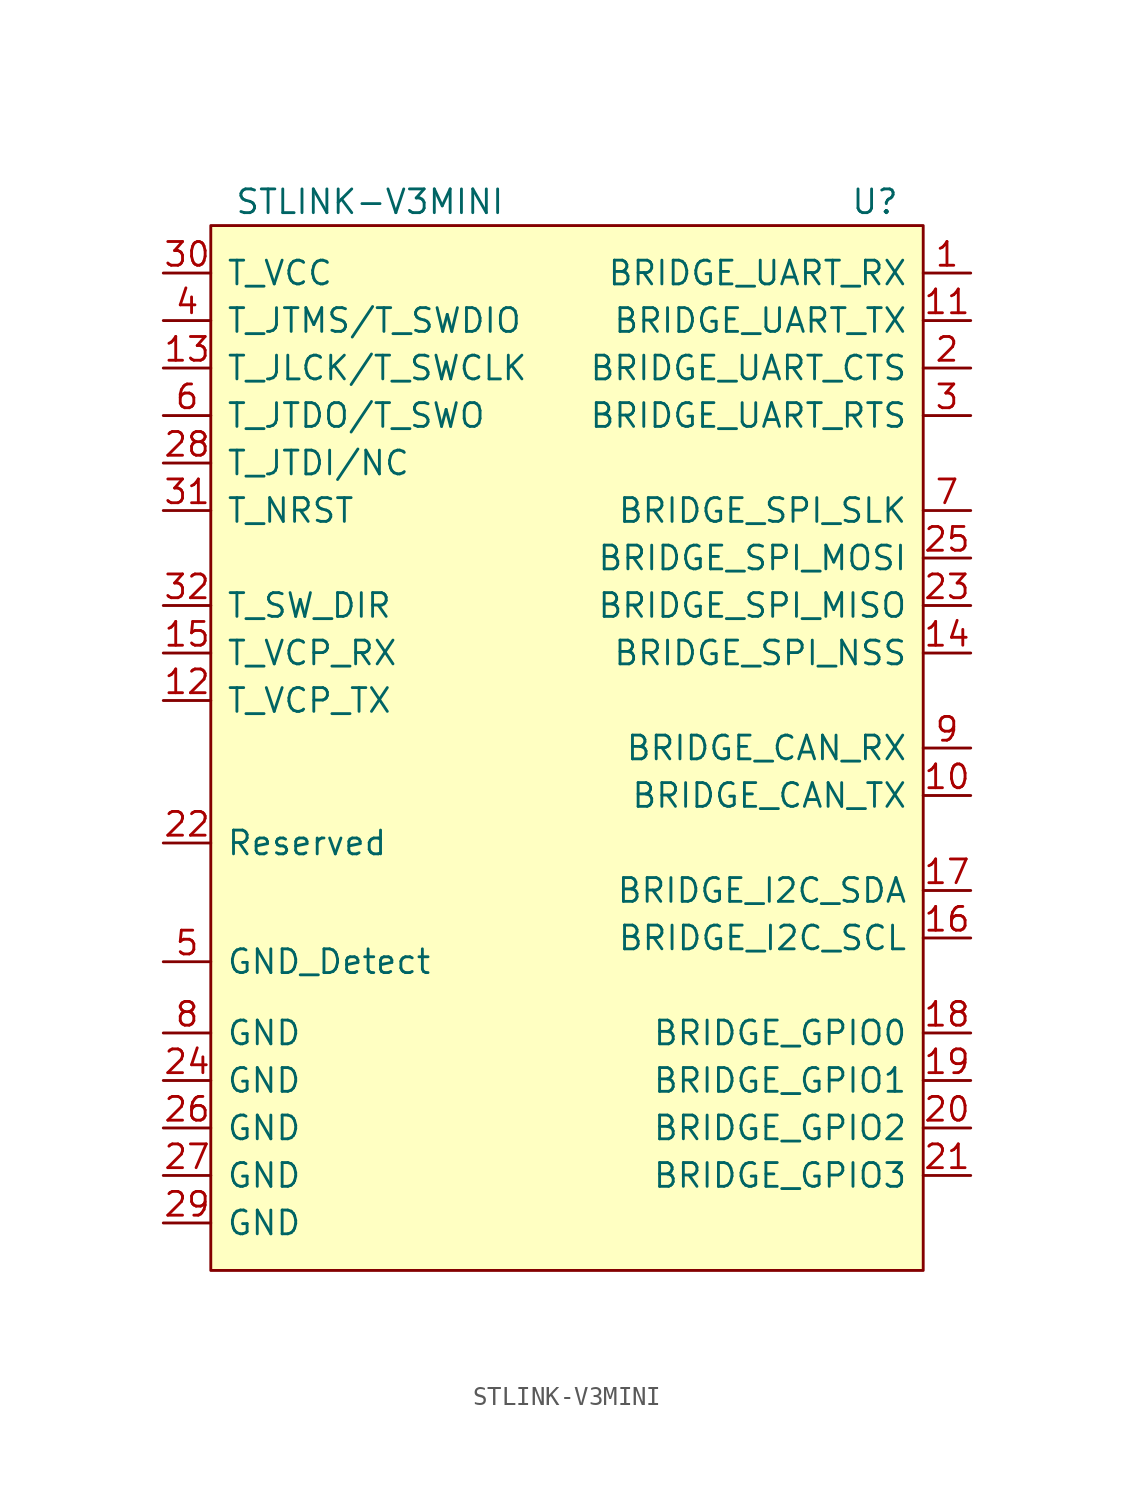
<source format=kicad_sym>
(kicad_symbol_lib
  (version 20211014)
  (generator kicad_symbol_editor)
  (symbol "STLINK-V3MINI"
    (pin_names
      (offset 0.813))
    (property "Reference" "U"
      (at 17.78 29.21 0)
      (effects (font (size 1.27 1.27)) (justify right)))
    (property "Value" "STLINK-V3MINI"
      (at -17.78 29.21 0)
      (effects (font (size 1.27 1.27)) (justify left)))
    (symbol "STLINK-V3MINI_0_0"
      (pin input line (at 21.59 25.4 180) (length 2.54) (name "BRIDGE_UART_RX" (effects (font (size 1.27 1.27)))) (number "1" (effects (font (size 1.27 1.27)))))
      (pin output line (at 21.59 -2.54 180) (length 2.54) (name "BRIDGE_CAN_TX" (effects (font (size 1.27 1.27)))) (number "10" (effects (font (size 1.27 1.27)))))
      (pin output line (at 21.59 22.86 180) (length 2.54) (name "BRIDGE_UART_TX" (effects (font (size 1.27 1.27)))) (number "11" (effects (font (size 1.27 1.27)))))
      (pin input line (at -21.59 2.54 0) (length 2.54) (name "T_VCP_TX" (effects (font (size 1.27 1.27)))) (number "12" (effects (font (size 1.27 1.27)))))
      (pin power_out line (at -21.59 20.32 0) (length 2.54) (name "T_JLCK/T_SWCLK" (effects (font (size 1.27 1.27)))) (number "13" (effects (font (size 1.27 1.27)))))
      (pin bidirectional line (at 21.59 5.08 180) (length 2.54) (name "BRIDGE_SPI_NSS" (effects (font (size 1.27 1.27)))) (number "14" (effects (font (size 1.27 1.27)))))
      (pin output line (at -21.59 5.08 0) (length 2.54) (name "T_VCP_RX" (effects (font (size 1.27 1.27)))) (number "15" (effects (font (size 1.27 1.27)))))
      (pin output line (at 21.59 -10.16 180) (length 2.54) (name "BRIDGE_I2C_SCL" (effects (font (size 1.27 1.27)))) (number "16" (effects (font (size 1.27 1.27)))))
      (pin bidirectional line (at 21.59 -7.62 180) (length 2.54) (name "BRIDGE_I2C_SDA" (effects (font (size 1.27 1.27)))) (number "17" (effects (font (size 1.27 1.27)))))
      (pin bidirectional line (at 21.59 -15.24 180) (length 2.54) (name "BRIDGE_GPIO0" (effects (font (size 1.27 1.27)))) (number "18" (effects (font (size 1.27 1.27)))))
      (pin bidirectional line (at 21.59 -17.78 180) (length 2.54) (name "BRIDGE_GPIO1" (effects (font (size 1.27 1.27)))) (number "19" (effects (font (size 1.27 1.27)))))
      (pin input line (at 21.59 20.32 180) (length 2.54) (name "BRIDGE_UART_CTS" (effects (font (size 1.27 1.27)))) (number "2" (effects (font (size 1.27 1.27)))))
      (pin bidirectional line (at 21.59 -20.32 180) (length 2.54) (name "BRIDGE_GPIO2" (effects (font (size 1.27 1.27)))) (number "20" (effects (font (size 1.27 1.27)))))
      (pin bidirectional line (at 21.59 -22.86 180) (length 2.54) (name "BRIDGE_GPIO3" (effects (font (size 1.27 1.27)))) (number "21" (effects (font (size 1.27 1.27)))))
      (pin unspecified line (at -21.59 -5.08 0) (length 2.54) (name "Reserved" (effects (font (size 1.27 1.27)))) (number "22" (effects (font (size 1.27 1.27)))))
      (pin bidirectional line (at 21.59 7.62 180) (length 2.54) (name "BRIDGE_SPI_MISO" (effects (font (size 1.27 1.27)))) (number "23" (effects (font (size 1.27 1.27)))))
      (pin power_in line (at -21.59 -17.78 0) (length 2.54) (name "GND" (effects (font (size 1.27 1.27)))) (number "24" (effects (font (size 1.27 1.27)))))
      (pin bidirectional line (at 21.59 10.16 180) (length 2.54) (name "BRIDGE_SPI_MOSI" (effects (font (size 1.27 1.27)))) (number "25" (effects (font (size 1.27 1.27)))))
      (pin power_in line (at -21.59 -20.32 0) (length 2.54) (name "GND" (effects (font (size 1.27 1.27)))) (number "26" (effects (font (size 1.27 1.27)))))
      (pin power_in line (at -21.59 -22.86 0) (length 2.54) (name "GND" (effects (font (size 1.27 1.27)))) (number "27" (effects (font (size 1.27 1.27)))))
      (pin output line (at -21.59 15.24 0) (length 2.54) (name "T_JTDI/NC" (effects (font (size 1.27 1.27)))) (number "28" (effects (font (size 1.27 1.27)))))
      (pin power_in line (at -21.59 -25.4 0) (length 2.54) (name "GND" (effects (font (size 1.27 1.27)))) (number "29" (effects (font (size 1.27 1.27)))))
      (pin output line (at 21.59 17.78 180) (length 2.54) (name "BRIDGE_UART_RTS" (effects (font (size 1.27 1.27)))) (number "3" (effects (font (size 1.27 1.27)))))
      (pin input line (at -21.59 25.4 0) (length 2.54) (name "T_VCC" (effects (font (size 1.27 1.27)))) (number "30" (effects (font (size 1.27 1.27)))))
      (pin output line (at -21.59 12.7 0) (length 2.54) (name "T_NRST" (effects (font (size 1.27 1.27)))) (number "31" (effects (font (size 1.27 1.27)))))
      (pin output line (at -21.59 7.62 0) (length 2.54) (name "T_SW_DIR" (effects (font (size 1.27 1.27)))) (number "32" (effects (font (size 1.27 1.27)))))
      (pin output line (at -21.59 22.86 0) (length 2.54) (name "T_JTMS/T_SWDIO" (effects (font (size 1.27 1.27)))) (number "4" (effects (font (size 1.27 1.27)))))
      (pin input line (at -21.59 -11.43 0) (length 2.54) (name "GND_Detect" (effects (font (size 1.27 1.27)))) (number "5" (effects (font (size 1.27 1.27)))))
      (pin input line (at -21.59 17.78 0) (length 2.54) (name "T_JTDO/T_SWO" (effects (font (size 1.27 1.27)))) (number "6" (effects (font (size 1.27 1.27)))))
      (pin bidirectional line (at 21.59 12.7 180) (length 2.54) (name "BRIDGE_SPI_SLK" (effects (font (size 1.27 1.27)))) (number "7" (effects (font (size 1.27 1.27)))))
      (pin power_in line (at -21.59 -15.24 0) (length 2.54) (name "GND" (effects (font (size 1.27 1.27)))) (number "8" (effects (font (size 1.27 1.27)))))
      (pin input line (at 21.59 0 180) (length 2.54) (name "BRIDGE_CAN_RX" (effects (font (size 1.27 1.27)))) (number "9" (effects (font (size 1.27 1.27))))))
    (symbol "STLINK-V3MINI_0_1"
      (rectangle (start -19.05 27.94) (end 19.05 -27.94) (stroke (width 0) (type default) (color 0 0 0 0)) (fill (type background))))))
</source>
